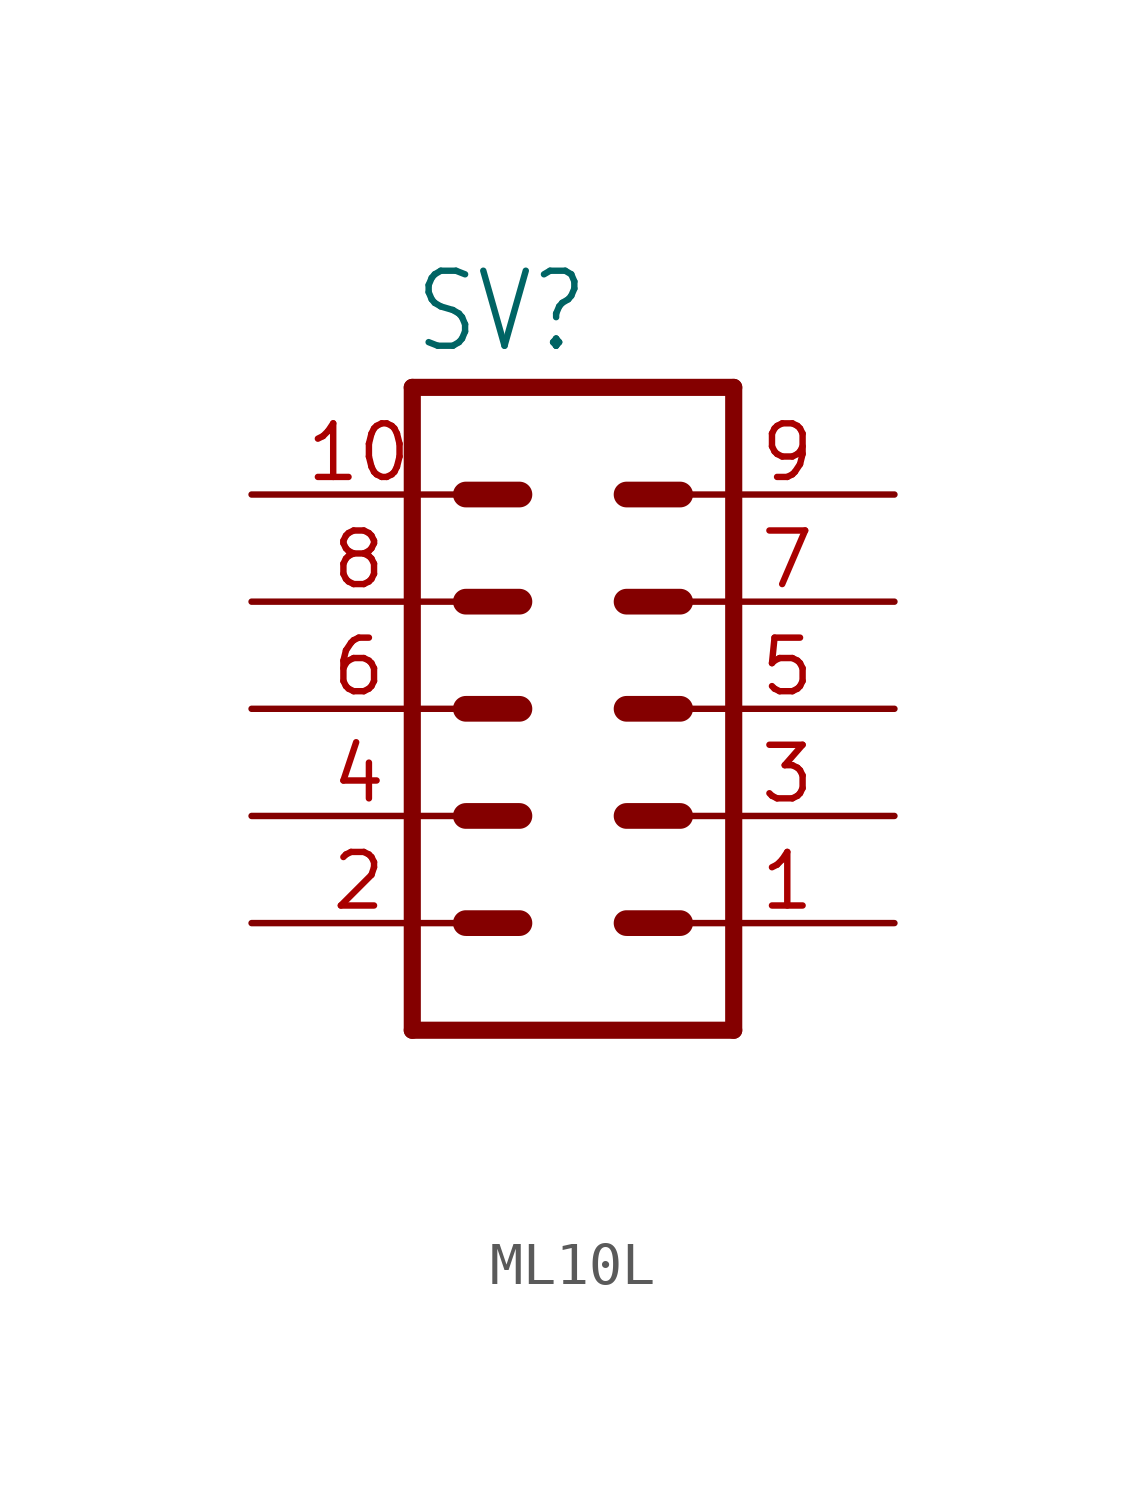
<source format=kicad_sym>
(kicad_symbol_lib
  (version 20231120)
  (generator "kicad_symbol_editor")
  (generator_version "8.0")
  (symbol "ML10L"
    (property "Reference" "SV"
      (at -3.81 8.382 0)
      (effects (font (size 1.778 1.511)) (justify left bottom)))
    (property "Value" ""
      (at -3.81 -10.16 0)
      (effects (font (size 1.778 1.511)) (justify left bottom)))
    (property "ki_locked" ""
      (at 0 0 0)
      (effects (font (size 1.27 1.27))))
    (symbol "ML10L_1_0"
      (polyline (pts (xy -3.81 7.62) (xy -3.81 -7.62)) (stroke (width 0.406) (type solid)) (fill (type none)))
      (polyline (pts (xy -3.81 7.62) (xy 3.81 7.62)) (stroke (width 0.406) (type solid)) (fill (type none)))
      (polyline (pts (xy -2.54 -5.08) (xy -1.27 -5.08)) (stroke (width 0.61) (type solid)) (fill (type none)))
      (polyline (pts (xy -2.54 -2.54) (xy -1.27 -2.54)) (stroke (width 0.61) (type solid)) (fill (type none)))
      (polyline (pts (xy -2.54 0) (xy -1.27 0)) (stroke (width 0.61) (type solid)) (fill (type none)))
      (polyline (pts (xy -2.54 2.54) (xy -1.27 2.54)) (stroke (width 0.61) (type solid)) (fill (type none)))
      (polyline (pts (xy -2.54 5.08) (xy -1.27 5.08)) (stroke (width 0.61) (type solid)) (fill (type none)))
      (polyline (pts (xy 1.27 -5.08) (xy 2.54 -5.08)) (stroke (width 0.61) (type solid)) (fill (type none)))
      (polyline (pts (xy 1.27 -2.54) (xy 2.54 -2.54)) (stroke (width 0.61) (type solid)) (fill (type none)))
      (polyline (pts (xy 1.27 0) (xy 2.54 0)) (stroke (width 0.61) (type solid)) (fill (type none)))
      (polyline (pts (xy 1.27 2.54) (xy 2.54 2.54)) (stroke (width 0.61) (type solid)) (fill (type none)))
      (polyline (pts (xy 1.27 5.08) (xy 2.54 5.08)) (stroke (width 0.61) (type solid)) (fill (type none)))
      (polyline (pts (xy 3.81 -7.62) (xy -3.81 -7.62)) (stroke (width 0.406) (type solid)) (fill (type none)))
      (polyline (pts (xy 3.81 -7.62) (xy 3.81 7.62)) (stroke (width 0.406) (type solid)) (fill (type none)))
      (pin passive line (at 7.62 -5.08 180) (length 5.08) (name "1" (effects (font (size 0 0)))) (number "1" (effects (font (size 1.27 1.27)))))
      (pin passive line (at -7.62 5.08 0) (length 5.08) (name "10" (effects (font (size 0 0)))) (number "10" (effects (font (size 1.27 1.27)))))
      (pin passive line (at -7.62 -5.08 0) (length 5.08) (name "2" (effects (font (size 0 0)))) (number "2" (effects (font (size 1.27 1.27)))))
      (pin passive line (at 7.62 -2.54 180) (length 5.08) (name "3" (effects (font (size 0 0)))) (number "3" (effects (font (size 1.27 1.27)))))
      (pin passive line (at -7.62 -2.54 0) (length 5.08) (name "4" (effects (font (size 0 0)))) (number "4" (effects (font (size 1.27 1.27)))))
      (pin passive line (at 7.62 0 180) (length 5.08) (name "5" (effects (font (size 0 0)))) (number "5" (effects (font (size 1.27 1.27)))))
      (pin passive line (at -7.62 0 0) (length 5.08) (name "6" (effects (font (size 0 0)))) (number "6" (effects (font (size 1.27 1.27)))))
      (pin passive line (at 7.62 2.54 180) (length 5.08) (name "7" (effects (font (size 0 0)))) (number "7" (effects (font (size 1.27 1.27)))))
      (pin passive line (at -7.62 2.54 0) (length 5.08) (name "8" (effects (font (size 0 0)))) (number "8" (effects (font (size 1.27 1.27)))))
      (pin passive line (at 7.62 5.08 180) (length 5.08) (name "9" (effects (font (size 0 0)))) (number "9" (effects (font (size 1.27 1.27))))))))
</source>
